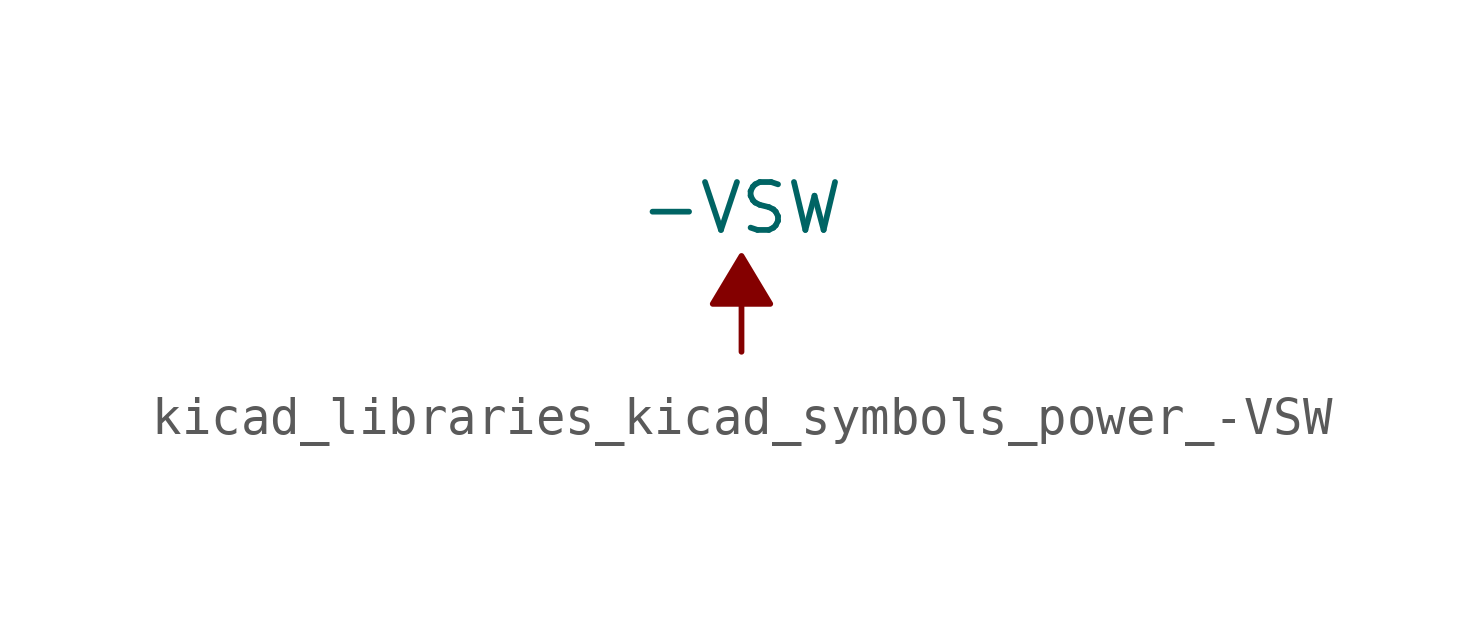
<source format=kicad_sym>
(kicad_symbol_lib
  (version 20220914)
  (generator kicad_symbol_editor)
  (symbol "kicad_libraries_kicad_symbols_power_-VSW"
    (power)
    (pin_names
      (offset 0))
    (property "Reference" "#PWR"
      (at 0 2.54 0)
      (effects (font (size 1.27 1.27)) hide))
    (property "Value" "-VSW"
      (at 0 3.81 0)
      (effects (font (size 1.27 1.27))))
    (symbol "kicad_libraries_kicad_symbols_power_-VSW_0_0"
      (pin power_in line (at 0 0 90) (length 0) hide (name "-VSW" (effects (font (size 1.27 1.27)))) (number "1" (effects (font (size 1.27 1.27))))))
    (symbol "kicad_libraries_kicad_symbols_power_-VSW_0_1"
      (polyline (pts (xy 0 0) (xy 0 1.27) (xy 0.762 1.27) (xy 0 2.54) (xy -0.762 1.27) (xy 0 1.27)) (stroke (width 0) (type default)) (fill (type outline))))))
</source>
